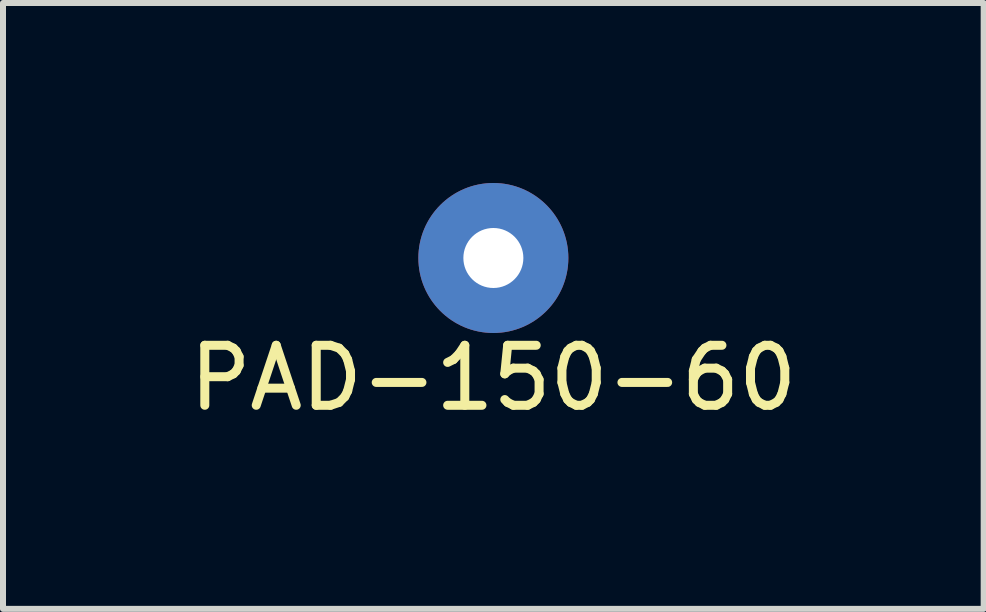
<source format=kicad_pcb>
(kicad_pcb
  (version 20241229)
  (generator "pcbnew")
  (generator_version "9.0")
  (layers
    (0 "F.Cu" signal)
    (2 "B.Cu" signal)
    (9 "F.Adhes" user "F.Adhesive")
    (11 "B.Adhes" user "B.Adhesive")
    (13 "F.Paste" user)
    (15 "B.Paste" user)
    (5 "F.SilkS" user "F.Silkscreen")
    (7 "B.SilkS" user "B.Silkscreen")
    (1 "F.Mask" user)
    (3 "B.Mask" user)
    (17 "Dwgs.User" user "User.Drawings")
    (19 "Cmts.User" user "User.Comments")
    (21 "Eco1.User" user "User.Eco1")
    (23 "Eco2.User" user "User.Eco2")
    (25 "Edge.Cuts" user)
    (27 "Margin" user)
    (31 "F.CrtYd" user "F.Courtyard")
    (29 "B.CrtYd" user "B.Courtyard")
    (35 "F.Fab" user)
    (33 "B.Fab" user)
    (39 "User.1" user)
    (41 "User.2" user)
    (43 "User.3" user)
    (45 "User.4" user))
  (footprint "PAD-150-60"
    (layer "F.Cu")
    (at 5.173 1.25)
    (property "Reference" "PAD-150-60" (at 0 2 0) (layer "F.SilkS") (effects (font (size 1 1) (thickness 0.15))))
    (attr through_hole)
    (pad "1" thru_hole circle (at 0 0) (size 2.5 2.5) (drill 1) (layers "*.Cu" "*.Mask")))
  (gr_rect
    (start -3 -3)
    (end 13.345 7.098)
    (stroke (width 0.1) (type default))
    (fill no)
    (layer "Edge.Cuts")))
</source>
